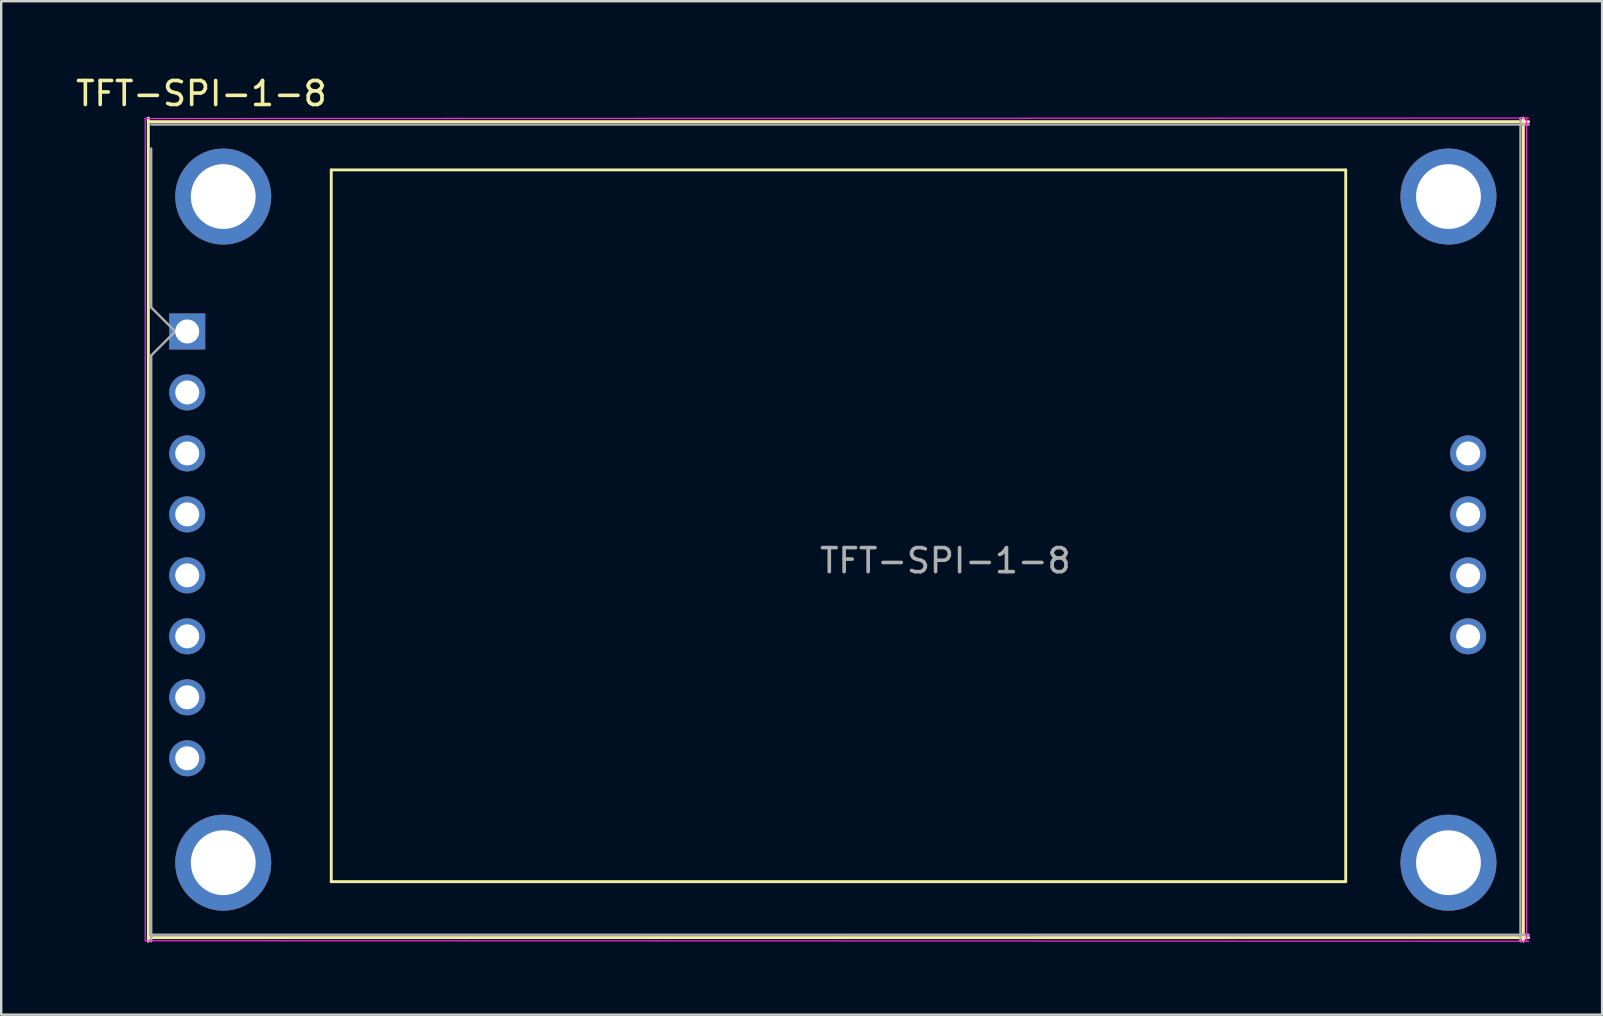
<source format=kicad_pcb>
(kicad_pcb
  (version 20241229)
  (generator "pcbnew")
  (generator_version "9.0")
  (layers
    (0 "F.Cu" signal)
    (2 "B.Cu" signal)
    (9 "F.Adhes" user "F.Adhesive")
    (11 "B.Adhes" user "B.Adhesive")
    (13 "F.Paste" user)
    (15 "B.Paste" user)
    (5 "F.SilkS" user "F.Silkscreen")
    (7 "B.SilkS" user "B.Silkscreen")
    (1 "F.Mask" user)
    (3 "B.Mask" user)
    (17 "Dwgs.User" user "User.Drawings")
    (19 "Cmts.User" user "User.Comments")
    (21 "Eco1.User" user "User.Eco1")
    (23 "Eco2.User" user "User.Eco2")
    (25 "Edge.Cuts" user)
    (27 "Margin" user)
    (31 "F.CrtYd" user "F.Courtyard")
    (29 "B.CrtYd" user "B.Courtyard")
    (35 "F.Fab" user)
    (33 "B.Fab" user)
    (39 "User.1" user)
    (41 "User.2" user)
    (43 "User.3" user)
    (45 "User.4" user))
  (footprint "TFT-SPI-1-8"
    (layer "F.Cu")
    (at 4.749 10.758)
    (property "Reference" "TFT-SPI-1-8" (at 0.59 -9.91 0) (layer "F.SilkS") (effects (font (size 1 1) (thickness 0.15))))
    (attr through_hole)
    (fp_line (start -1.62 -8.74) (end 55.88 -8.74) (stroke (width 0.12) (type solid)) (layer "F.SilkS"))
    (fp_line (start -1.62 25.4) (end -1.62 -8.89) (stroke (width 0.12) (type solid)) (layer "F.SilkS"))
    (fp_line (start 6 -6.73) (end 48.26 -6.73) (stroke (width 0.12) (type solid)) (layer "F.SilkS"))
    (fp_line (start 6 22.92) (end 6 -6.73) (stroke (width 0.12) (type solid)) (layer "F.SilkS"))
    (fp_line (start 48.26 -6.73) (end 48.26 22.92) (stroke (width 0.12) (type solid)) (layer "F.SilkS"))
    (fp_line (start 48.26 22.92) (end 6 22.92) (stroke (width 0.12) (type solid)) (layer "F.SilkS"))
    (fp_line (start 55.66 -8.89) (end 55.66 25.4) (stroke (width 0.12) (type solid)) (layer "F.SilkS"))
    (fp_line (start 55.88 25.25) (end -1.62 25.25) (stroke (width 0.12) (type solid)) (layer "F.SilkS"))
    (fp_line (start -1.75 -8.87) (end 55.88 -8.89) (stroke (width 0.05) (type solid)) (layer "F.CrtYd"))
    (fp_line (start -1.75 25.38) (end -1.75 -8.89) (stroke (width 0.05) (type solid)) (layer "F.CrtYd"))
    (fp_line (start 55.79 -8.89) (end 55.79 25.4) (stroke (width 0.05) (type solid)) (layer "F.CrtYd"))
    (fp_line (start 55.88 25.4) (end -1.75 25.38) (stroke (width 0.05) (type solid)) (layer "F.CrtYd"))
    (fp_line (start -1.5 -8.62) (end 55.88 -8.62) (stroke (width 0.1) (type solid)) (layer "F.Fab"))
    (fp_line (start -1.5 -1) (end -1.5 -7.62) (stroke (width 0.1) (type solid)) (layer "F.Fab"))
    (fp_line (start -1.5 1) (end -0.5 0) (stroke (width 0.1) (type solid)) (layer "F.Fab"))
    (fp_line (start -1.5 25.4) (end -1.5 1) (stroke (width 0.1) (type solid)) (layer "F.Fab"))
    (fp_line (start -0.5 0) (end -1.5 -1) (stroke (width 0.1) (type solid)) (layer "F.Fab"))
    (fp_line (start 55.54 -8.89) (end 55.54 25.4) (stroke (width 0.1) (type solid)) (layer "F.Fab"))
    (fp_line (start 55.88 25.13) (end -1.5 25.13) (stroke (width 0.1) (type solid)) (layer "F.Fab"))
    (fp_text user "${REFERENCE}" (at 31.58 9.55 0) (layer "F.Fab") (effects (font (size 1 1) (thickness 0.15))))
    (pad "" thru_hole circle (at 1.5 -5.62) (size 4 4) (drill 2.7) (layers "*.Cu" "*.Mask"))
    (pad "" thru_hole circle (at 1.5 22.13) (size 4 4) (drill 2.7) (layers "*.Cu" "*.Mask"))
    (pad "" thru_hole circle (at 52.54 -5.62) (size 4 4) (drill 2.7) (layers "*.Cu" "*.Mask"))
    (pad "" thru_hole circle (at 52.54 22.13) (size 4 4) (drill 2.7) (layers "*.Cu" "*.Mask"))
    (pad "1" thru_hole rect (at 0 0) (size 1.5 1.5) (drill 1) (layers "*.Cu" "*.Mask"))
    (pad "2" thru_hole circle (at 0 2.54) (size 1.5 1.5) (drill 1) (layers "*.Cu" "*.Mask"))
    (pad "3" thru_hole circle (at 0 5.08) (size 1.5 1.5) (drill 1) (layers "*.Cu" "*.Mask"))
    (pad "4" thru_hole circle (at 0 7.62) (size 1.5 1.5) (drill 1) (layers "*.Cu" "*.Mask"))
    (pad "5" thru_hole circle (at 0 10.16) (size 1.5 1.5) (drill 1) (layers "*.Cu" "*.Mask"))
    (pad "6" thru_hole circle (at 0 12.7) (size 1.5 1.5) (drill 1) (layers "*.Cu" "*.Mask"))
    (pad "7" thru_hole circle (at 0 15.24) (size 1.5 1.5) (drill 1) (layers "*.Cu" "*.Mask"))
    (pad "8" thru_hole circle (at 0 17.78) (size 1.5 1.5) (drill 1) (layers "*.Cu" "*.Mask"))
    (pad "9" thru_hole circle (at 53.36 5.08) (size 1.5 1.5) (drill 1) (layers "*.Cu" "*.Mask"))
    (pad "10" thru_hole circle (at 53.36 7.62) (size 1.5 1.5) (drill 1) (layers "*.Cu" "*.Mask"))
    (pad "11" thru_hole circle (at 53.36 10.16) (size 1.5 1.5) (drill 1) (layers "*.Cu" "*.Mask"))
    (pad "12" thru_hole circle (at 53.36 12.7) (size 1.5 1.5) (drill 1) (layers "*.Cu" "*.Mask")))
  (gr_rect
    (start -3 -3)
    (end 63.689 39.218)
    (stroke (width 0.1) (type default))
    (fill no)
    (layer "Edge.Cuts")))
</source>
